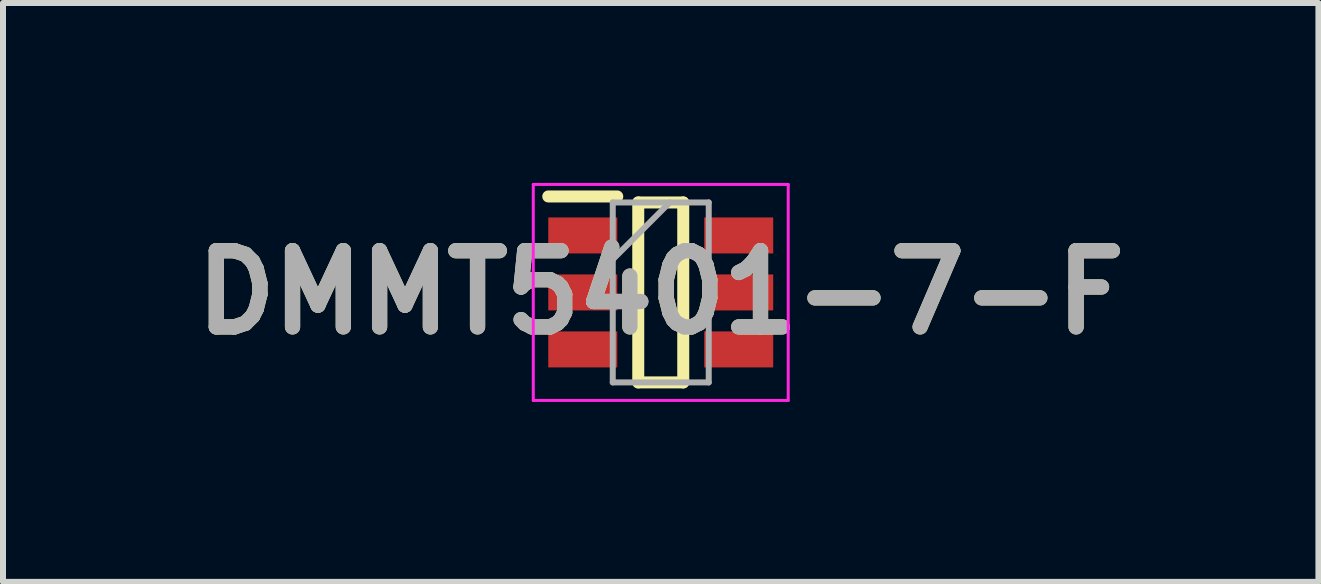
<source format=kicad_pcb>
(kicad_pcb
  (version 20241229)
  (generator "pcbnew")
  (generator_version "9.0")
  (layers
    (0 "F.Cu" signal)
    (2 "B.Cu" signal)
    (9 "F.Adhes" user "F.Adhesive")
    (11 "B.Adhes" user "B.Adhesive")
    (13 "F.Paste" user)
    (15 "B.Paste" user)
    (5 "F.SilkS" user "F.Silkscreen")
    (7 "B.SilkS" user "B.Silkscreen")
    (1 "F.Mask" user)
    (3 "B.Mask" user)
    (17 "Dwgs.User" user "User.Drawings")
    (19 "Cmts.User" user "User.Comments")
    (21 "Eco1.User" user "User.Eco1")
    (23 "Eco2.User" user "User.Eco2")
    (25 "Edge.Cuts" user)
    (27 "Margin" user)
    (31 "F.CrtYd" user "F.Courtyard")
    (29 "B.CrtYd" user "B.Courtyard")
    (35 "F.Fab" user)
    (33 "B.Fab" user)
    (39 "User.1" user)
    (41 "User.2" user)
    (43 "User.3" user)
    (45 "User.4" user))
  (footprint "DMMT5401-7-F"
    (layer "F.Cu")
    (at 7.965 1.825)
    (property "Reference" "DMMT5401-7-F" (at 0 0 0) (layer "F.SilkS") (effects (font (size 1.27 1.27) (thickness 0.254))))
    (attr smd)
    (fp_line (start -1.875 -1.6) (end -0.725 -1.6) (stroke (width 0.2) (type solid)) (layer "F.SilkS"))
    (fp_line (start -0.375 -1.5) (end 0.375 -1.5) (stroke (width 0.2) (type solid)) (layer "F.SilkS"))
    (fp_line (start -0.375 1.5) (end -0.375 -1.5) (stroke (width 0.2) (type solid)) (layer "F.SilkS"))
    (fp_line (start 0.375 -1.5) (end 0.375 1.5) (stroke (width 0.2) (type solid)) (layer "F.SilkS"))
    (fp_line (start 0.375 1.5) (end -0.375 1.5) (stroke (width 0.2) (type solid)) (layer "F.SilkS"))
    (fp_line (start -2.125 -1.8) (end 2.125 -1.8) (stroke (width 0.05) (type solid)) (layer "F.CrtYd"))
    (fp_line (start -2.125 1.8) (end -2.125 -1.8) (stroke (width 0.05) (type solid)) (layer "F.CrtYd"))
    (fp_line (start 2.125 -1.8) (end 2.125 1.8) (stroke (width 0.05) (type solid)) (layer "F.CrtYd"))
    (fp_line (start 2.125 1.8) (end -2.125 1.8) (stroke (width 0.05) (type solid)) (layer "F.CrtYd"))
    (fp_line (start -0.8 -1.5) (end 0.8 -1.5) (stroke (width 0.1) (type solid)) (layer "F.Fab"))
    (fp_line (start -0.8 -0.55) (end 0.15 -1.5) (stroke (width 0.1) (type solid)) (layer "F.Fab"))
    (fp_line (start -0.8 1.5) (end -0.8 -1.5) (stroke (width 0.1) (type solid)) (layer "F.Fab"))
    (fp_line (start 0.8 -1.5) (end 0.8 1.5) (stroke (width 0.1) (type solid)) (layer "F.Fab"))
    (fp_line (start 0.8 1.5) (end -0.8 1.5) (stroke (width 0.1) (type solid)) (layer "F.Fab"))
    (fp_text user "${REFERENCE}" (at 0 0 0) (layer "F.Fab") (effects (font (size 1.27 1.27) (thickness 0.254))))
    (pad "1" smd rect (at -1.3 -0.95 90) (size 0.6 1.15) (layers "F.Cu" "F.Mask" "F.Paste"))
    (pad "2" smd rect (at -1.3 0 90) (size 0.6 1.15) (layers "F.Cu" "F.Mask" "F.Paste"))
    (pad "3" smd rect (at -1.3 0.95 90) (size 0.6 1.15) (layers "F.Cu" "F.Mask" "F.Paste"))
    (pad "4" smd rect (at 1.3 0.95 90) (size 0.6 1.15) (layers "F.Cu" "F.Mask" "F.Paste"))
    (pad "5" smd rect (at 1.3 0 90) (size 0.6 1.15) (layers "F.Cu" "F.Mask" "F.Paste"))
    (pad "6" smd rect (at 1.3 -0.95 90) (size 0.6 1.15) (layers "F.Cu" "F.Mask" "F.Paste")))
  (gr_rect
    (start -3 -3)
    (end 18.929 6.65)
    (stroke (width 0.1) (type default))
    (fill no)
    (layer "Edge.Cuts")))
</source>
